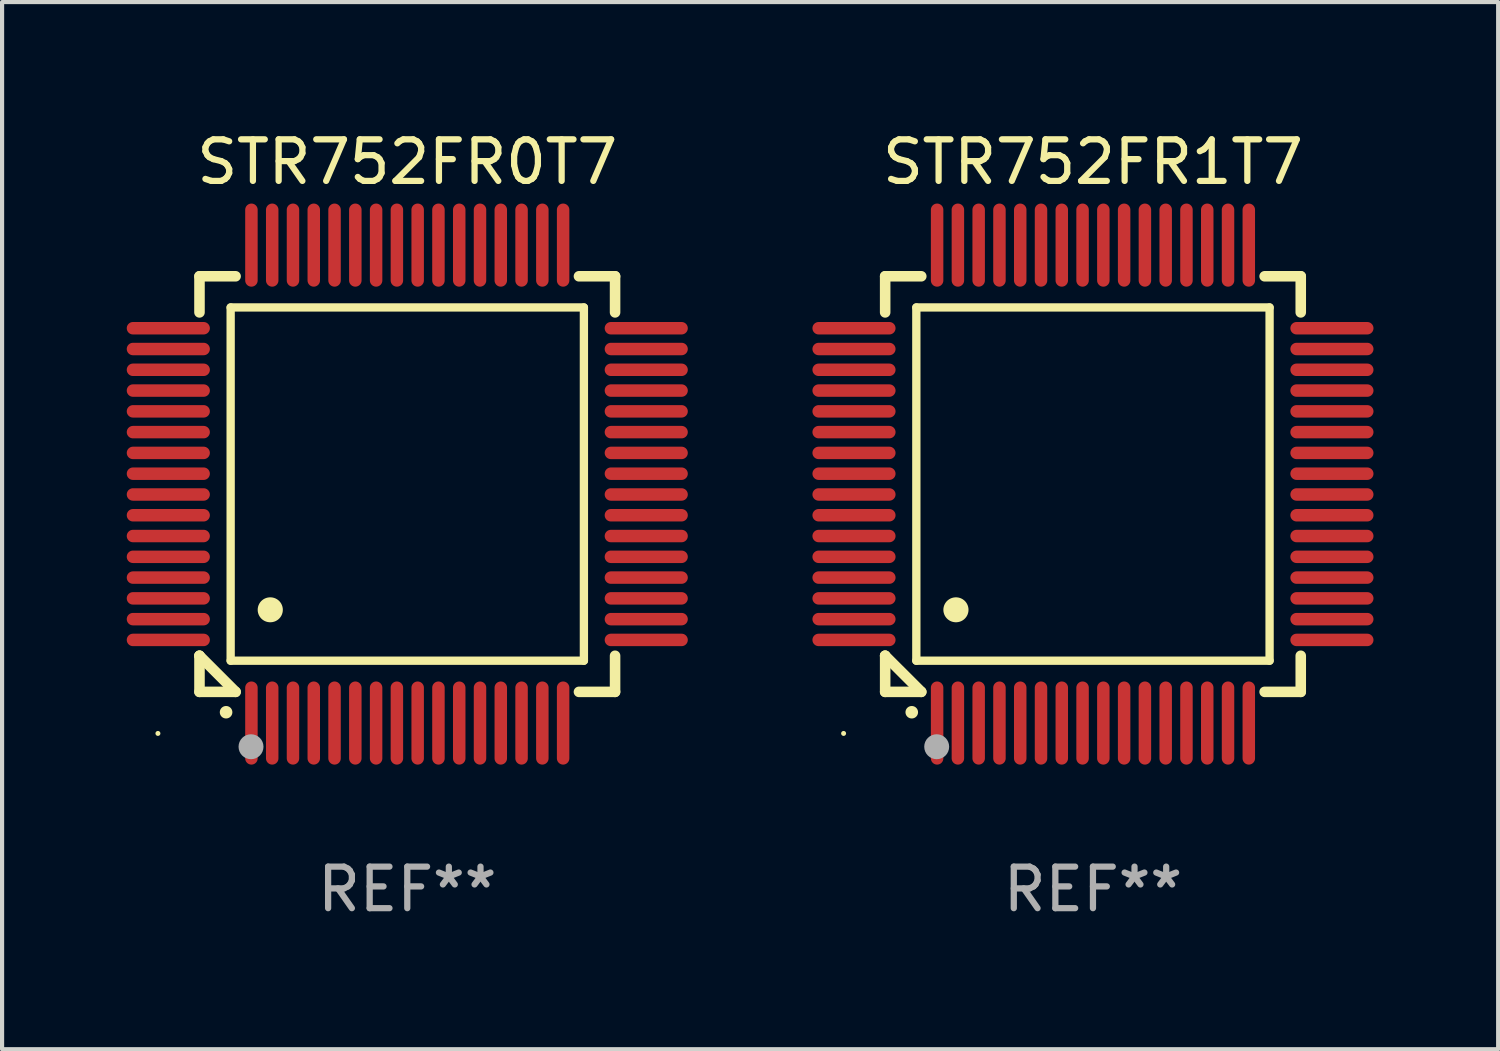
<source format=kicad_pcb>
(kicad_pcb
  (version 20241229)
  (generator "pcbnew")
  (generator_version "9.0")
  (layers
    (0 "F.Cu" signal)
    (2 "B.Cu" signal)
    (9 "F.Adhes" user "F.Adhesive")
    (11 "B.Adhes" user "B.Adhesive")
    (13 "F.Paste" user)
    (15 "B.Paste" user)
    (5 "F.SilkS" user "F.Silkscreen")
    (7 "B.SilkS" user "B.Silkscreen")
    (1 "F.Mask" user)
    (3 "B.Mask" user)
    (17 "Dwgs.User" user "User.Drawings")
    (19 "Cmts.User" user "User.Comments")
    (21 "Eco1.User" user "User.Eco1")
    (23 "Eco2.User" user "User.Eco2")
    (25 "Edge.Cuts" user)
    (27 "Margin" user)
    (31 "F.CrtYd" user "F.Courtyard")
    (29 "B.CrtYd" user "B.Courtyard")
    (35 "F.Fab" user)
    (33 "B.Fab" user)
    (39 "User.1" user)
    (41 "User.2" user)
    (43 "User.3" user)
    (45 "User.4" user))
  (footprint "STR752FR1T7"
    (layer "F.Cu")
    (at 23.249 8.598)
    (property "Reference" "STR752FR1T7" (at 0 -7.75 0) (layer "F.SilkS") (effects (font (size 1 1) (thickness 0.15))))
    (attr through_hole)
    (fp_line (start -5 -5) (end -4.131 -5) (stroke (width 0.254) (type solid)) (layer "F.SilkS"))
    (fp_line (start -5 -4.131) (end -5 -5) (stroke (width 0.254) (type solid)) (layer "F.SilkS"))
    (fp_line (start -5 4.131) (end -5 4.131) (stroke (width 0.254) (type solid)) (layer "F.SilkS"))
    (fp_line (start -5 5) (end -5 4.131) (stroke (width 0.254) (type solid)) (layer "F.SilkS"))
    (fp_line (start -5 4.131) (end -4.131 5) (stroke (width 0.254) (type solid)) (layer "F.SilkS"))
    (fp_line (start -4.25 -4.25) (end -4.25 4.25) (stroke (width 0.2) (type solid)) (layer "F.SilkS"))
    (fp_line (start -4.25 4.25) (end 4.25 4.25) (stroke (width 0.2) (type solid)) (layer "F.SilkS"))
    (fp_line (start -4.131 5) (end -5 5) (stroke (width 0.254) (type solid)) (layer "F.SilkS"))
    (fp_line (start 4.25 -4.25) (end -4.25 -4.25) (stroke (width 0.2) (type solid)) (layer "F.SilkS"))
    (fp_line (start 4.25 4.25) (end 4.25 -4.25) (stroke (width 0.2) (type solid)) (layer "F.SilkS"))
    (fp_line (start 5 -5) (end 4.131 -5) (stroke (width 0.254) (type solid)) (layer "F.SilkS"))
    (fp_line (start 5 -5) (end 5 -4.131) (stroke (width 0.254) (type solid)) (layer "F.SilkS"))
    (fp_line (start 5 4.131) (end 5 5) (stroke (width 0.254) (type solid)) (layer "F.SilkS"))
    (fp_line (start 5 5) (end 4.131 5) (stroke (width 0.254) (type solid)) (layer "F.SilkS"))
    (fp_arc (start -4.361265 5.489992) (mid -4.359995 5.489987) (end -4.358725 5.489992) (stroke (width 0.3) (type solid)) (layer "F.SilkS"))
    (fp_arc (start -3.299467 3.025146) (mid -3.296927 3.025135) (end -3.294387 3.025146) (stroke (width 0.6) (type solid)) (layer "F.SilkS"))
    (fp_circle (center -6 6) (end -5.97 6) (stroke (width 0.06) (type solid)) (fill no) (layer "F.SilkS"))
    (fp_circle (center -3.76 6.32) (end -3.61 6.32) (stroke (width 0.3) (type solid)) (fill no) (layer "F.Fab"))
    (fp_text user "REF**" (at 0 9.75 0) (layer "F.Fab") (effects (font (size 1 1) (thickness 0.15))))
    (pad "1" smd oval (at -3.75 5.75) (size 0.3 2) (layers "F.Cu" "F.Mask" "F.Paste"))
    (pad "2" smd oval (at -3.25 5.75) (size 0.3 2) (layers "F.Cu" "F.Mask" "F.Paste"))
    (pad "3" smd oval (at -2.75 5.75) (size 0.3 2) (layers "F.Cu" "F.Mask" "F.Paste"))
    (pad "4" smd oval (at -2.25 5.75) (size 0.3 2) (layers "F.Cu" "F.Mask" "F.Paste"))
    (pad "5" smd oval (at -1.75 5.75) (size 0.3 2) (layers "F.Cu" "F.Mask" "F.Paste"))
    (pad "6" smd oval (at -1.25 5.75) (size 0.3 2) (layers "F.Cu" "F.Mask" "F.Paste"))
    (pad "7" smd oval (at -0.75 5.75) (size 0.3 2) (layers "F.Cu" "F.Mask" "F.Paste"))
    (pad "8" smd oval (at -0.25 5.75) (size 0.3 2) (layers "F.Cu" "F.Mask" "F.Paste"))
    (pad "9" smd oval (at 0.25 5.75) (size 0.3 2) (layers "F.Cu" "F.Mask" "F.Paste"))
    (pad "10" smd oval (at 0.75 5.75) (size 0.3 2) (layers "F.Cu" "F.Mask" "F.Paste"))
    (pad "11" smd oval (at 1.25 5.75) (size 0.3 2) (layers "F.Cu" "F.Mask" "F.Paste"))
    (pad "12" smd oval (at 1.75 5.75) (size 0.3 2) (layers "F.Cu" "F.Mask" "F.Paste"))
    (pad "13" smd oval (at 2.25 5.75) (size 0.3 2) (layers "F.Cu" "F.Mask" "F.Paste"))
    (pad "14" smd oval (at 2.75 5.75) (size 0.3 2) (layers "F.Cu" "F.Mask" "F.Paste"))
    (pad "15" smd oval (at 3.25 5.75) (size 0.3 2) (layers "F.Cu" "F.Mask" "F.Paste"))
    (pad "16" smd oval (at 3.75 5.75) (size 0.3 2) (layers "F.Cu" "F.Mask" "F.Paste"))
    (pad "17" smd oval (at 5.75 3.75) (size 2 0.3) (layers "F.Cu" "F.Mask" "F.Paste"))
    (pad "18" smd oval (at 5.75 3.25) (size 2 0.3) (layers "F.Cu" "F.Mask" "F.Paste"))
    (pad "19" smd oval (at 5.75 2.75) (size 2 0.3) (layers "F.Cu" "F.Mask" "F.Paste"))
    (pad "20" smd oval (at 5.75 2.25) (size 2 0.3) (layers "F.Cu" "F.Mask" "F.Paste"))
    (pad "21" smd oval (at 5.75 1.75) (size 2 0.3) (layers "F.Cu" "F.Mask" "F.Paste"))
    (pad "22" smd oval (at 5.75 1.25) (size 2 0.3) (layers "F.Cu" "F.Mask" "F.Paste"))
    (pad "23" smd oval (at 5.75 0.75) (size 2 0.3) (layers "F.Cu" "F.Mask" "F.Paste"))
    (pad "24" smd oval (at 5.75 0.25) (size 2 0.3) (layers "F.Cu" "F.Mask" "F.Paste"))
    (pad "25" smd oval (at 5.75 -0.25) (size 2 0.3) (layers "F.Cu" "F.Mask" "F.Paste"))
    (pad "26" smd oval (at 5.75 -0.75) (size 2 0.3) (layers "F.Cu" "F.Mask" "F.Paste"))
    (pad "27" smd oval (at 5.75 -1.25) (size 2 0.3) (layers "F.Cu" "F.Mask" "F.Paste"))
    (pad "28" smd oval (at 5.75 -1.75) (size 2 0.3) (layers "F.Cu" "F.Mask" "F.Paste"))
    (pad "29" smd oval (at 5.75 -2.25) (size 2 0.3) (layers "F.Cu" "F.Mask" "F.Paste"))
    (pad "30" smd oval (at 5.75 -2.75) (size 2 0.3) (layers "F.Cu" "F.Mask" "F.Paste"))
    (pad "31" smd oval (at 5.75 -3.25) (size 2 0.3) (layers "F.Cu" "F.Mask" "F.Paste"))
    (pad "32" smd oval (at 5.75 -3.75) (size 2 0.3) (layers "F.Cu" "F.Mask" "F.Paste"))
    (pad "33" smd oval (at 3.75 -5.75) (size 0.3 2) (layers "F.Cu" "F.Mask" "F.Paste"))
    (pad "34" smd oval (at 3.25 -5.75) (size 0.3 2) (layers "F.Cu" "F.Mask" "F.Paste"))
    (pad "35" smd oval (at 2.75 -5.75) (size 0.3 2) (layers "F.Cu" "F.Mask" "F.Paste"))
    (pad "36" smd oval (at 2.25 -5.75) (size 0.3 2) (layers "F.Cu" "F.Mask" "F.Paste"))
    (pad "37" smd oval (at 1.75 -5.75) (size 0.3 2) (layers "F.Cu" "F.Mask" "F.Paste"))
    (pad "38" smd oval (at 1.25 -5.75) (size 0.3 2) (layers "F.Cu" "F.Mask" "F.Paste"))
    (pad "39" smd oval (at 0.75 -5.75) (size 0.3 2) (layers "F.Cu" "F.Mask" "F.Paste"))
    (pad "40" smd oval (at 0.25 -5.75) (size 0.3 2) (layers "F.Cu" "F.Mask" "F.Paste"))
    (pad "41" smd oval (at -0.25 -5.75) (size 0.3 2) (layers "F.Cu" "F.Mask" "F.Paste"))
    (pad "42" smd oval (at -0.75 -5.75) (size 0.3 2) (layers "F.Cu" "F.Mask" "F.Paste"))
    (pad "43" smd oval (at -1.25 -5.75) (size 0.3 2) (layers "F.Cu" "F.Mask" "F.Paste"))
    (pad "44" smd oval (at -1.75 -5.75) (size 0.3 2) (layers "F.Cu" "F.Mask" "F.Paste"))
    (pad "45" smd oval (at -2.25 -5.75) (size 0.3 2) (layers "F.Cu" "F.Mask" "F.Paste"))
    (pad "46" smd oval (at -2.75 -5.75) (size 0.3 2) (layers "F.Cu" "F.Mask" "F.Paste"))
    (pad "47" smd oval (at -3.25 -5.75) (size 0.3 2) (layers "F.Cu" "F.Mask" "F.Paste"))
    (pad "48" smd oval (at -3.75 -5.75) (size 0.3 2) (layers "F.Cu" "F.Mask" "F.Paste"))
    (pad "49" smd oval (at -5.75 -3.75) (size 2 0.3) (layers "F.Cu" "F.Mask" "F.Paste"))
    (pad "50" smd oval (at -5.75 -3.25) (size 2 0.3) (layers "F.Cu" "F.Mask" "F.Paste"))
    (pad "51" smd oval (at -5.75 -2.75) (size 2 0.3) (layers "F.Cu" "F.Mask" "F.Paste"))
    (pad "52" smd oval (at -5.75 -2.25) (size 2 0.3) (layers "F.Cu" "F.Mask" "F.Paste"))
    (pad "53" smd oval (at -5.75 -1.75) (size 2 0.3) (layers "F.Cu" "F.Mask" "F.Paste"))
    (pad "54" smd oval (at -5.75 -1.25) (size 2 0.3) (layers "F.Cu" "F.Mask" "F.Paste"))
    (pad "55" smd oval (at -5.75 -0.75) (size 2 0.3) (layers "F.Cu" "F.Mask" "F.Paste"))
    (pad "56" smd oval (at -5.75 -0.25) (size 2 0.3) (layers "F.Cu" "F.Mask" "F.Paste"))
    (pad "57" smd oval (at -5.75 0.25) (size 2 0.3) (layers "F.Cu" "F.Mask" "F.Paste"))
    (pad "58" smd oval (at -5.75 0.75) (size 2 0.3) (layers "F.Cu" "F.Mask" "F.Paste"))
    (pad "59" smd oval (at -5.75 1.25) (size 2 0.3) (layers "F.Cu" "F.Mask" "F.Paste"))
    (pad "60" smd oval (at -5.75 1.75) (size 2 0.3) (layers "F.Cu" "F.Mask" "F.Paste"))
    (pad "61" smd oval (at -5.75 2.25) (size 2 0.3) (layers "F.Cu" "F.Mask" "F.Paste"))
    (pad "62" smd oval (at -5.75 2.75) (size 2 0.3) (layers "F.Cu" "F.Mask" "F.Paste"))
    (pad "63" smd oval (at -5.75 3.25) (size 2 0.3) (layers "F.Cu" "F.Mask" "F.Paste"))
    (pad "64" smd oval (at -5.75 3.75) (size 2 0.3) (layers "F.Cu" "F.Mask" "F.Paste")))
  (footprint "STR752FR0T7"
    (layer "F.Cu")
    (at 6.75 8.598)
    (property "Reference" "STR752FR0T7" (at 0 -7.75 0) (layer "F.SilkS") (effects (font (size 1 1) (thickness 0.15))))
    (attr through_hole)
    (fp_line (start -5 -5) (end -4.131 -5) (stroke (width 0.254) (type solid)) (layer "F.SilkS"))
    (fp_line (start -5 -4.131) (end -5 -5) (stroke (width 0.254) (type solid)) (layer "F.SilkS"))
    (fp_line (start -5 4.131) (end -5 4.131) (stroke (width 0.254) (type solid)) (layer "F.SilkS"))
    (fp_line (start -5 5) (end -5 4.131) (stroke (width 0.254) (type solid)) (layer "F.SilkS"))
    (fp_line (start -5 4.131) (end -4.131 5) (stroke (width 0.254) (type solid)) (layer "F.SilkS"))
    (fp_line (start -4.25 -4.25) (end -4.25 4.25) (stroke (width 0.2) (type solid)) (layer "F.SilkS"))
    (fp_line (start -4.25 4.25) (end 4.25 4.25) (stroke (width 0.2) (type solid)) (layer "F.SilkS"))
    (fp_line (start -4.131 5) (end -5 5) (stroke (width 0.254) (type solid)) (layer "F.SilkS"))
    (fp_line (start 4.25 -4.25) (end -4.25 -4.25) (stroke (width 0.2) (type solid)) (layer "F.SilkS"))
    (fp_line (start 4.25 4.25) (end 4.25 -4.25) (stroke (width 0.2) (type solid)) (layer "F.SilkS"))
    (fp_line (start 5 -5) (end 4.131 -5) (stroke (width 0.254) (type solid)) (layer "F.SilkS"))
    (fp_line (start 5 -5) (end 5 -4.131) (stroke (width 0.254) (type solid)) (layer "F.SilkS"))
    (fp_line (start 5 4.131) (end 5 5) (stroke (width 0.254) (type solid)) (layer "F.SilkS"))
    (fp_line (start 5 5) (end 4.131 5) (stroke (width 0.254) (type solid)) (layer "F.SilkS"))
    (fp_arc (start -4.361265 5.489992) (mid -4.359995 5.489987) (end -4.358725 5.489992) (stroke (width 0.3) (type solid)) (layer "F.SilkS"))
    (fp_arc (start -3.299467 3.025146) (mid -3.296927 3.025135) (end -3.294387 3.025146) (stroke (width 0.6) (type solid)) (layer "F.SilkS"))
    (fp_circle (center -6 6) (end -5.97 6) (stroke (width 0.06) (type solid)) (fill no) (layer "F.SilkS"))
    (fp_circle (center -3.76 6.32) (end -3.61 6.32) (stroke (width 0.3) (type solid)) (fill no) (layer "F.Fab"))
    (fp_text user "REF**" (at 0 9.75 0) (layer "F.Fab") (effects (font (size 1 1) (thickness 0.15))))
    (pad "1" smd oval (at -3.75 5.75) (size 0.3 2) (layers "F.Cu" "F.Mask" "F.Paste"))
    (pad "2" smd oval (at -3.25 5.75) (size 0.3 2) (layers "F.Cu" "F.Mask" "F.Paste"))
    (pad "3" smd oval (at -2.75 5.75) (size 0.3 2) (layers "F.Cu" "F.Mask" "F.Paste"))
    (pad "4" smd oval (at -2.25 5.75) (size 0.3 2) (layers "F.Cu" "F.Mask" "F.Paste"))
    (pad "5" smd oval (at -1.75 5.75) (size 0.3 2) (layers "F.Cu" "F.Mask" "F.Paste"))
    (pad "6" smd oval (at -1.25 5.75) (size 0.3 2) (layers "F.Cu" "F.Mask" "F.Paste"))
    (pad "7" smd oval (at -0.75 5.75) (size 0.3 2) (layers "F.Cu" "F.Mask" "F.Paste"))
    (pad "8" smd oval (at -0.25 5.75) (size 0.3 2) (layers "F.Cu" "F.Mask" "F.Paste"))
    (pad "9" smd oval (at 0.25 5.75) (size 0.3 2) (layers "F.Cu" "F.Mask" "F.Paste"))
    (pad "10" smd oval (at 0.75 5.75) (size 0.3 2) (layers "F.Cu" "F.Mask" "F.Paste"))
    (pad "11" smd oval (at 1.25 5.75) (size 0.3 2) (layers "F.Cu" "F.Mask" "F.Paste"))
    (pad "12" smd oval (at 1.75 5.75) (size 0.3 2) (layers "F.Cu" "F.Mask" "F.Paste"))
    (pad "13" smd oval (at 2.25 5.75) (size 0.3 2) (layers "F.Cu" "F.Mask" "F.Paste"))
    (pad "14" smd oval (at 2.75 5.75) (size 0.3 2) (layers "F.Cu" "F.Mask" "F.Paste"))
    (pad "15" smd oval (at 3.25 5.75) (size 0.3 2) (layers "F.Cu" "F.Mask" "F.Paste"))
    (pad "16" smd oval (at 3.75 5.75) (size 0.3 2) (layers "F.Cu" "F.Mask" "F.Paste"))
    (pad "17" smd oval (at 5.75 3.75) (size 2 0.3) (layers "F.Cu" "F.Mask" "F.Paste"))
    (pad "18" smd oval (at 5.75 3.25) (size 2 0.3) (layers "F.Cu" "F.Mask" "F.Paste"))
    (pad "19" smd oval (at 5.75 2.75) (size 2 0.3) (layers "F.Cu" "F.Mask" "F.Paste"))
    (pad "20" smd oval (at 5.75 2.25) (size 2 0.3) (layers "F.Cu" "F.Mask" "F.Paste"))
    (pad "21" smd oval (at 5.75 1.75) (size 2 0.3) (layers "F.Cu" "F.Mask" "F.Paste"))
    (pad "22" smd oval (at 5.75 1.25) (size 2 0.3) (layers "F.Cu" "F.Mask" "F.Paste"))
    (pad "23" smd oval (at 5.75 0.75) (size 2 0.3) (layers "F.Cu" "F.Mask" "F.Paste"))
    (pad "24" smd oval (at 5.75 0.25) (size 2 0.3) (layers "F.Cu" "F.Mask" "F.Paste"))
    (pad "25" smd oval (at 5.75 -0.25) (size 2 0.3) (layers "F.Cu" "F.Mask" "F.Paste"))
    (pad "26" smd oval (at 5.75 -0.75) (size 2 0.3) (layers "F.Cu" "F.Mask" "F.Paste"))
    (pad "27" smd oval (at 5.75 -1.25) (size 2 0.3) (layers "F.Cu" "F.Mask" "F.Paste"))
    (pad "28" smd oval (at 5.75 -1.75) (size 2 0.3) (layers "F.Cu" "F.Mask" "F.Paste"))
    (pad "29" smd oval (at 5.75 -2.25) (size 2 0.3) (layers "F.Cu" "F.Mask" "F.Paste"))
    (pad "30" smd oval (at 5.75 -2.75) (size 2 0.3) (layers "F.Cu" "F.Mask" "F.Paste"))
    (pad "31" smd oval (at 5.75 -3.25) (size 2 0.3) (layers "F.Cu" "F.Mask" "F.Paste"))
    (pad "32" smd oval (at 5.75 -3.75) (size 2 0.3) (layers "F.Cu" "F.Mask" "F.Paste"))
    (pad "33" smd oval (at 3.75 -5.75) (size 0.3 2) (layers "F.Cu" "F.Mask" "F.Paste"))
    (pad "34" smd oval (at 3.25 -5.75) (size 0.3 2) (layers "F.Cu" "F.Mask" "F.Paste"))
    (pad "35" smd oval (at 2.75 -5.75) (size 0.3 2) (layers "F.Cu" "F.Mask" "F.Paste"))
    (pad "36" smd oval (at 2.25 -5.75) (size 0.3 2) (layers "F.Cu" "F.Mask" "F.Paste"))
    (pad "37" smd oval (at 1.75 -5.75) (size 0.3 2) (layers "F.Cu" "F.Mask" "F.Paste"))
    (pad "38" smd oval (at 1.25 -5.75) (size 0.3 2) (layers "F.Cu" "F.Mask" "F.Paste"))
    (pad "39" smd oval (at 0.75 -5.75) (size 0.3 2) (layers "F.Cu" "F.Mask" "F.Paste"))
    (pad "40" smd oval (at 0.25 -5.75) (size 0.3 2) (layers "F.Cu" "F.Mask" "F.Paste"))
    (pad "41" smd oval (at -0.25 -5.75) (size 0.3 2) (layers "F.Cu" "F.Mask" "F.Paste"))
    (pad "42" smd oval (at -0.75 -5.75) (size 0.3 2) (layers "F.Cu" "F.Mask" "F.Paste"))
    (pad "43" smd oval (at -1.25 -5.75) (size 0.3 2) (layers "F.Cu" "F.Mask" "F.Paste"))
    (pad "44" smd oval (at -1.75 -5.75) (size 0.3 2) (layers "F.Cu" "F.Mask" "F.Paste"))
    (pad "45" smd oval (at -2.25 -5.75) (size 0.3 2) (layers "F.Cu" "F.Mask" "F.Paste"))
    (pad "46" smd oval (at -2.75 -5.75) (size 0.3 2) (layers "F.Cu" "F.Mask" "F.Paste"))
    (pad "47" smd oval (at -3.25 -5.75) (size 0.3 2) (layers "F.Cu" "F.Mask" "F.Paste"))
    (pad "48" smd oval (at -3.75 -5.75) (size 0.3 2) (layers "F.Cu" "F.Mask" "F.Paste"))
    (pad "49" smd oval (at -5.75 -3.75) (size 2 0.3) (layers "F.Cu" "F.Mask" "F.Paste"))
    (pad "50" smd oval (at -5.75 -3.25) (size 2 0.3) (layers "F.Cu" "F.Mask" "F.Paste"))
    (pad "51" smd oval (at -5.75 -2.75) (size 2 0.3) (layers "F.Cu" "F.Mask" "F.Paste"))
    (pad "52" smd oval (at -5.75 -2.25) (size 2 0.3) (layers "F.Cu" "F.Mask" "F.Paste"))
    (pad "53" smd oval (at -5.75 -1.75) (size 2 0.3) (layers "F.Cu" "F.Mask" "F.Paste"))
    (pad "54" smd oval (at -5.75 -1.25) (size 2 0.3) (layers "F.Cu" "F.Mask" "F.Paste"))
    (pad "55" smd oval (at -5.75 -0.75) (size 2 0.3) (layers "F.Cu" "F.Mask" "F.Paste"))
    (pad "56" smd oval (at -5.75 -0.25) (size 2 0.3) (layers "F.Cu" "F.Mask" "F.Paste"))
    (pad "57" smd oval (at -5.75 0.25) (size 2 0.3) (layers "F.Cu" "F.Mask" "F.Paste"))
    (pad "58" smd oval (at -5.75 0.75) (size 2 0.3) (layers "F.Cu" "F.Mask" "F.Paste"))
    (pad "59" smd oval (at -5.75 1.25) (size 2 0.3) (layers "F.Cu" "F.Mask" "F.Paste"))
    (pad "60" smd oval (at -5.75 1.75) (size 2 0.3) (layers "F.Cu" "F.Mask" "F.Paste"))
    (pad "61" smd oval (at -5.75 2.25) (size 2 0.3) (layers "F.Cu" "F.Mask" "F.Paste"))
    (pad "62" smd oval (at -5.75 2.75) (size 2 0.3) (layers "F.Cu" "F.Mask" "F.Paste"))
    (pad "63" smd oval (at -5.75 3.25) (size 2 0.3) (layers "F.Cu" "F.Mask" "F.Paste"))
    (pad "64" smd oval (at -5.75 3.75) (size 2 0.3) (layers "F.Cu" "F.Mask" "F.Paste")))
  (gr_rect
    (start -3 -3)
    (end 32.999 22.196)
    (stroke (width 0.1) (type default))
    (fill no)
    (layer "Edge.Cuts")))
</source>
